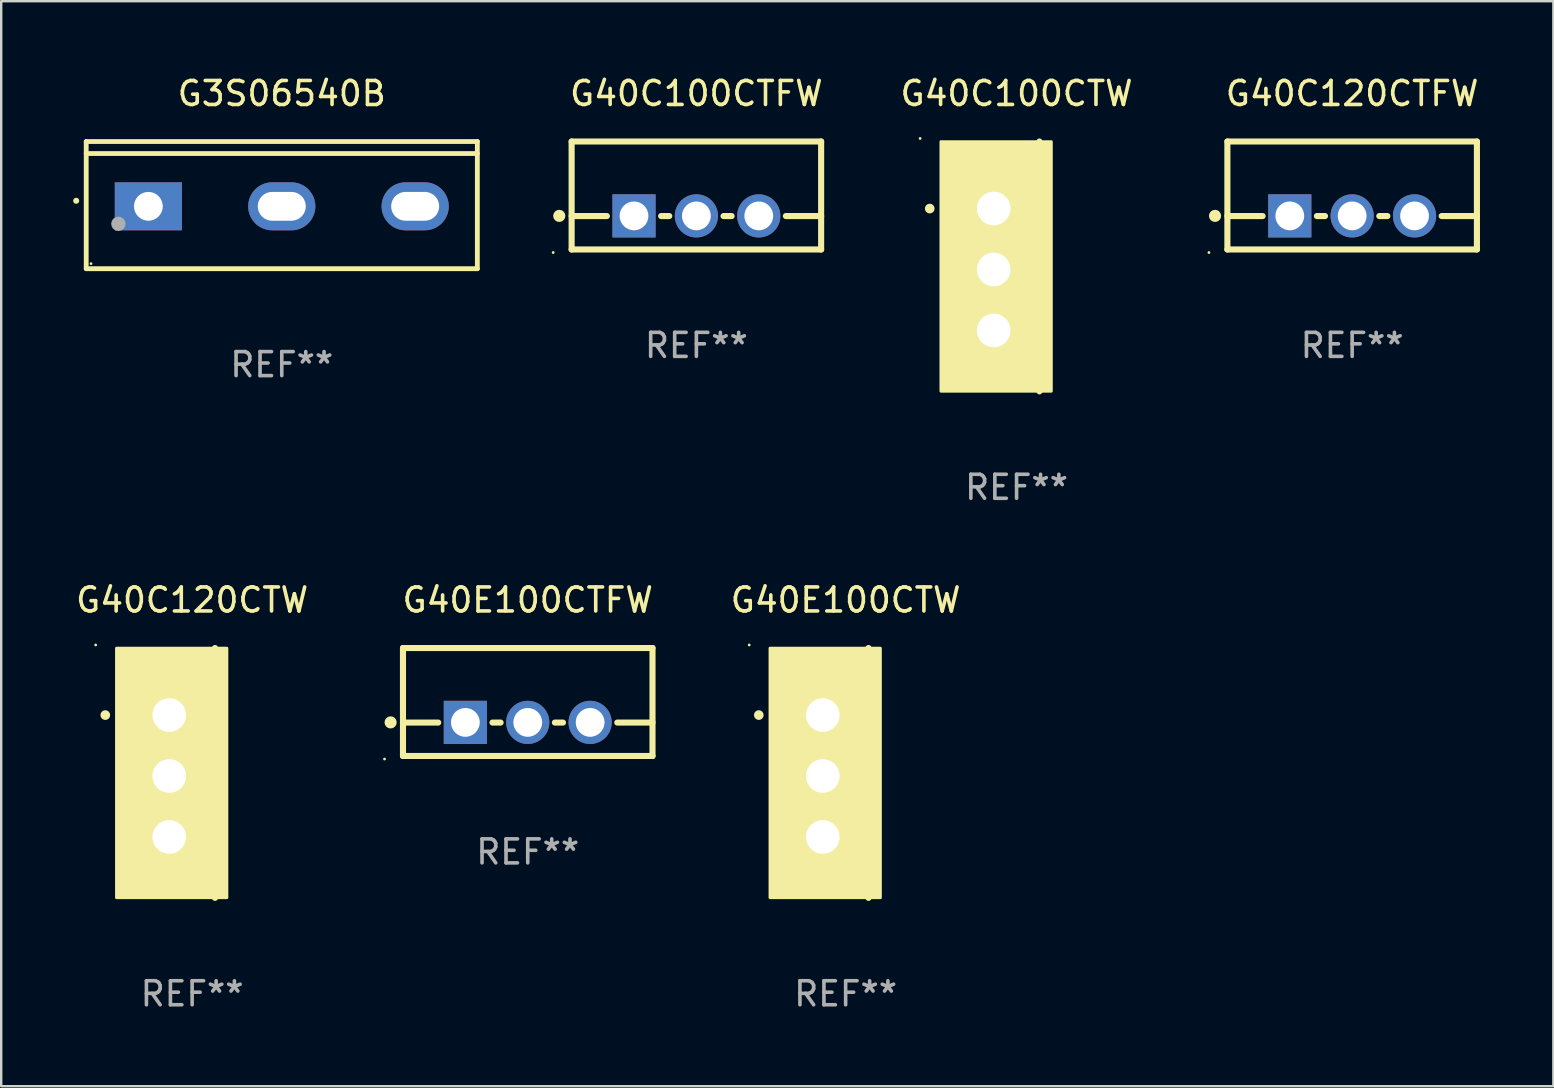
<source format=kicad_pcb>
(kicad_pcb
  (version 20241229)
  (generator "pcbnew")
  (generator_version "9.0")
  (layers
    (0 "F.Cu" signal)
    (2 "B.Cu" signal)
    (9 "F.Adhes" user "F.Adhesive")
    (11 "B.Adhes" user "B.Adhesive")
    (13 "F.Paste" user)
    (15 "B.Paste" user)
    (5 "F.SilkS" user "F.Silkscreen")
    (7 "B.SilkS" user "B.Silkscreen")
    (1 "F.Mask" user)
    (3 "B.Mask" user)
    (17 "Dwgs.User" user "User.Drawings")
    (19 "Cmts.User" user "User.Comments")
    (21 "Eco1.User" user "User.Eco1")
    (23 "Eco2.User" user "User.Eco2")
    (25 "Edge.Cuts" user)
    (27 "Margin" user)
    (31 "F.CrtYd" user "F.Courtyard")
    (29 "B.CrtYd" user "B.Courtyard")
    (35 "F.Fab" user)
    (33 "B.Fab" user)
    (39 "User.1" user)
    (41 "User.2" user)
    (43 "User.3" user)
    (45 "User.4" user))
  (footprint "G40C100CTW"
    (layer "F.Cu")
    (at 39.32 8.055)
    (property "Reference" "G40C100CTW" (at 0 -7.207 0) (layer "F.SilkS") (effects (font (size 1 1) (thickness 0.15))))
    (attr through_hole)
    (fp_line (start 0.953 5.207) (end 0.953 -5.207) (stroke (width 0.254) (type solid)) (layer "F.SilkS"))
    (fp_arc (start -3.619507 -2.410465) (mid -3.619511 -2.411735) (end -3.619507 -2.413005) (stroke (width 0.4) (type solid)) (layer "F.SilkS"))
    (fp_circle (center -4.02 -5.334) (end -3.99 -5.334) (stroke (width 0.06) (type solid)) (fill no) (layer "F.SilkS"))
    (fp_poly (pts (xy -3.152 -5.2) (xy 1.448 -5.2) (xy 1.448 5.2) (xy -3.152 5.2)) (stroke (width 0.12) (type solid)) (fill yes) (layer "F.SilkS"))
    (fp_text user "REF**" (at 0 9.207 0) (layer "F.Fab") (effects (font (size 1 1) (thickness 0.15))))
    (pad "1" thru_hole rect (at -0.953 -2.413 270) (size 2 2.5) (drill 1.4) (layers "*.Cu" "*.Mask"))
    (pad "2" thru_hole oval (at -0.953 0.127 270) (size 2 2.5) (drill 1.4) (layers "*.Cu" "*.Mask"))
    (pad "3" thru_hole oval (at -0.953 2.667 270) (size 2 2.5) (drill 1.4) (layers "*.Cu" "*.Mask")))
  (footprint "G40C120CTW"
    (layer "F.Cu")
    (at 4.958 29.166)
    (property "Reference" "G40C120CTW" (at 0 -7.207 0) (layer "F.SilkS") (effects (font (size 1 1) (thickness 0.15))))
    (attr through_hole)
    (fp_line (start 0.953 5.207) (end 0.953 -5.207) (stroke (width 0.254) (type solid)) (layer "F.SilkS"))
    (fp_arc (start -3.619507 -2.410465) (mid -3.619511 -2.411735) (end -3.619507 -2.413005) (stroke (width 0.4) (type solid)) (layer "F.SilkS"))
    (fp_circle (center -4.02 -5.334) (end -3.99 -5.334) (stroke (width 0.06) (type solid)) (fill no) (layer "F.SilkS"))
    (fp_poly (pts (xy -3.152 -5.2) (xy 1.448 -5.2) (xy 1.448 5.2) (xy -3.152 5.2)) (stroke (width 0.12) (type solid)) (fill yes) (layer "F.SilkS"))
    (fp_text user "REF**" (at 0 9.207 0) (layer "F.Fab") (effects (font (size 1 1) (thickness 0.15))))
    (pad "1" thru_hole rect (at -0.953 -2.413 270) (size 2 2.5) (drill 1.4) (layers "*.Cu" "*.Mask"))
    (pad "2" thru_hole oval (at -0.953 0.127 270) (size 2 2.5) (drill 1.4) (layers "*.Cu" "*.Mask"))
    (pad "3" thru_hole oval (at -0.953 2.667 270) (size 2 2.5) (drill 1.4) (layers "*.Cu" "*.Mask")))
  (footprint "G3S06540B"
    (layer "F.Cu")
    (at 8.694 5.499)
    (property "Reference" "G3S06540B" (at 0 -4.65 0) (layer "F.SilkS") (effects (font (size 1 1) (thickness 0.15))))
    (attr through_hole)
    (fp_line (start -8.151 -2.65) (end -8.151 2.65) (stroke (width 0.201) (type solid)) (layer "F.SilkS"))
    (fp_line (start 8.151 -2.65) (end -8.151 -2.65) (stroke (width 0.201) (type solid)) (layer "F.SilkS"))
    (fp_line (start 8.151 -2.15) (end -8.151 -2.15) (stroke (width 0.201) (type solid)) (layer "F.SilkS"))
    (fp_line (start 8.151 2.65) (end -8.151 2.65) (stroke (width 0.201) (type solid)) (layer "F.SilkS"))
    (fp_line (start 8.151 2.65) (end 8.151 -2.65) (stroke (width 0.201) (type solid)) (layer "F.SilkS"))
    (fp_arc (start -8.570003 -0.18048) (mid -8.568733 -0.180486) (end -8.567463 -0.18048) (stroke (width 0.24892) (type solid)) (layer "F.SilkS"))
    (fp_circle (center -7.95 2.44) (end -7.92 2.44) (stroke (width 0.06) (type solid)) (fill no) (layer "F.SilkS"))
    (fp_circle (center -6.81 0.78) (end -6.66 0.78) (stroke (width 0.3) (type solid)) (fill no) (layer "F.Fab"))
    (fp_text user "REF**" (at 0 6.65 0) (layer "F.Fab") (effects (font (size 1 1) (thickness 0.15))))
    (pad "1" thru_hole rect (at -5.56 0.05 90) (size 2 2.8) (drill 1.2) (layers "*.Cu" "*.Mask"))
    (pad "2" thru_hole oval (at 0 0.05 90) (size 2 2.8) (drill oval 1.2 2) (layers "*.Cu" "*.Mask"))
    (pad "3" thru_hole oval (at 5.56 0.05 90) (size 2 2.8) (drill oval 1.2 2) (layers "*.Cu" "*.Mask")))
  (footprint "G40E100CTW"
    (layer "F.Cu")
    (at 32.196 29.166)
    (property "Reference" "G40E100CTW" (at 0 -7.207 0) (layer "F.SilkS") (effects (font (size 1 1) (thickness 0.15))))
    (attr through_hole)
    (fp_line (start 0.953 5.207) (end 0.953 -5.207) (stroke (width 0.254) (type solid)) (layer "F.SilkS"))
    (fp_arc (start -3.619507 -2.410465) (mid -3.619511 -2.411735) (end -3.619507 -2.413005) (stroke (width 0.4) (type solid)) (layer "F.SilkS"))
    (fp_circle (center -4.02 -5.334) (end -3.99 -5.334) (stroke (width 0.06) (type solid)) (fill no) (layer "F.SilkS"))
    (fp_poly (pts (xy -3.152 -5.2) (xy 1.448 -5.2) (xy 1.448 5.2) (xy -3.152 5.2)) (stroke (width 0.12) (type solid)) (fill yes) (layer "F.SilkS"))
    (fp_text user "REF**" (at 0 9.207 0) (layer "F.Fab") (effects (font (size 1 1) (thickness 0.15))))
    (pad "1" thru_hole rect (at -0.953 -2.413 270) (size 2 2.5) (drill 1.4) (layers "*.Cu" "*.Mask"))
    (pad "2" thru_hole oval (at -0.953 0.127 270) (size 2 2.5) (drill 1.4) (layers "*.Cu" "*.Mask"))
    (pad "3" thru_hole oval (at -0.953 2.667 270) (size 2 2.5) (drill 1.4) (layers "*.Cu" "*.Mask")))
  (footprint "G40C100CTFW"
    (layer "F.Cu")
    (at 25.975 5.098)
    (property "Reference" "G40C100CTFW" (at 0 -4.25 0) (layer "F.SilkS") (effects (font (size 1 1) (thickness 0.15))))
    (attr through_hole)
    (fp_line (start -5.2 -2.25) (end -5.2 2.25) (stroke (width 0.254) (type solid)) (layer "F.SilkS"))
    (fp_line (start -5.2 -2.25) (end 5.2 -2.25) (stroke (width 0.254) (type solid)) (layer "F.SilkS"))
    (fp_line (start -5.2 0.857) (end -3.731 0.857) (stroke (width 0.254) (type solid)) (layer "F.SilkS"))
    (fp_line (start -5.2 2.25) (end 5.2 2.25) (stroke (width 0.254) (type solid)) (layer "F.SilkS"))
    (fp_line (start -1.469 0.857) (end -1.131 0.857) (stroke (width 0.254) (type solid)) (layer "F.SilkS"))
    (fp_line (start 1.131 0.857) (end 1.469 0.857) (stroke (width 0.254) (type solid)) (layer "F.SilkS"))
    (fp_line (start 3.731 0.857) (end 5.2 0.857) (stroke (width 0.254) (type solid)) (layer "F.SilkS"))
    (fp_line (start 5.2 -2.25) (end 5.2 2.25) (stroke (width 0.254) (type solid)) (layer "F.SilkS"))
    (fp_circle (center -5.969 2.377) (end -5.939 2.377) (stroke (width 0.06) (type solid)) (fill no) (layer "F.SilkS"))
    (fp_circle (center -5.715 0.85) (end -5.588 0.85) (stroke (width 0.254) (type solid)) (fill no) (layer "F.SilkS"))
    (fp_text user "REF**" (at 0 6.25 0) (layer "F.Fab") (effects (font (size 1 1) (thickness 0.15))))
    (pad "1" thru_hole rect (at -2.6 0.85) (size 1.8 1.8) (drill 1.2) (layers "*.Cu" "*.Mask"))
    (pad "2" thru_hole circle (at 0 0.85) (size 1.8 1.8) (drill 1.2) (layers "*.Cu" "*.Mask"))
    (pad "3" thru_hole circle (at 2.6 0.85) (size 1.8 1.8) (drill 1.2) (layers "*.Cu" "*.Mask")))
  (footprint "G40E100CTFW"
    (layer "F.Cu")
    (at 18.946 26.209)
    (property "Reference" "G40E100CTFW" (at 0 -4.25 0) (layer "F.SilkS") (effects (font (size 1 1) (thickness 0.15))))
    (attr through_hole)
    (fp_line (start -5.2 -2.25) (end -5.2 2.25) (stroke (width 0.254) (type solid)) (layer "F.SilkS"))
    (fp_line (start -5.2 -2.25) (end 5.2 -2.25) (stroke (width 0.254) (type solid)) (layer "F.SilkS"))
    (fp_line (start -5.2 0.857) (end -3.731 0.857) (stroke (width 0.254) (type solid)) (layer "F.SilkS"))
    (fp_line (start -5.2 2.25) (end 5.2 2.25) (stroke (width 0.254) (type solid)) (layer "F.SilkS"))
    (fp_line (start -1.469 0.857) (end -1.131 0.857) (stroke (width 0.254) (type solid)) (layer "F.SilkS"))
    (fp_line (start 1.131 0.857) (end 1.469 0.857) (stroke (width 0.254) (type solid)) (layer "F.SilkS"))
    (fp_line (start 3.731 0.857) (end 5.2 0.857) (stroke (width 0.254) (type solid)) (layer "F.SilkS"))
    (fp_line (start 5.2 -2.25) (end 5.2 2.25) (stroke (width 0.254) (type solid)) (layer "F.SilkS"))
    (fp_circle (center -5.969 2.377) (end -5.939 2.377) (stroke (width 0.06) (type solid)) (fill no) (layer "F.SilkS"))
    (fp_circle (center -5.715 0.85) (end -5.588 0.85) (stroke (width 0.254) (type solid)) (fill no) (layer "F.SilkS"))
    (fp_text user "REF**" (at 0 6.25 0) (layer "F.Fab") (effects (font (size 1 1) (thickness 0.15))))
    (pad "1" thru_hole rect (at -2.6 0.85) (size 1.8 1.8) (drill 1.2) (layers "*.Cu" "*.Mask"))
    (pad "2" thru_hole circle (at 0 0.85) (size 1.8 1.8) (drill 1.2) (layers "*.Cu" "*.Mask"))
    (pad "3" thru_hole circle (at 2.6 0.85) (size 1.8 1.8) (drill 1.2) (layers "*.Cu" "*.Mask")))
  (footprint "G40C120CTFW"
    (layer "F.Cu")
    (at 53.307 5.098)
    (property "Reference" "G40C120CTFW" (at 0 -4.25 0) (layer "F.SilkS") (effects (font (size 1 1) (thickness 0.15))))
    (attr through_hole)
    (fp_line (start -5.2 -2.25) (end -5.2 2.25) (stroke (width 0.254) (type solid)) (layer "F.SilkS"))
    (fp_line (start -5.2 -2.25) (end 5.2 -2.25) (stroke (width 0.254) (type solid)) (layer "F.SilkS"))
    (fp_line (start -5.2 0.857) (end -3.731 0.857) (stroke (width 0.254) (type solid)) (layer "F.SilkS"))
    (fp_line (start -5.2 2.25) (end 5.2 2.25) (stroke (width 0.254) (type solid)) (layer "F.SilkS"))
    (fp_line (start -1.469 0.857) (end -1.131 0.857) (stroke (width 0.254) (type solid)) (layer "F.SilkS"))
    (fp_line (start 1.131 0.857) (end 1.469 0.857) (stroke (width 0.254) (type solid)) (layer "F.SilkS"))
    (fp_line (start 3.731 0.857) (end 5.2 0.857) (stroke (width 0.254) (type solid)) (layer "F.SilkS"))
    (fp_line (start 5.2 -2.25) (end 5.2 2.25) (stroke (width 0.254) (type solid)) (layer "F.SilkS"))
    (fp_circle (center -5.969 2.377) (end -5.939 2.377) (stroke (width 0.06) (type solid)) (fill no) (layer "F.SilkS"))
    (fp_circle (center -5.715 0.85) (end -5.588 0.85) (stroke (width 0.254) (type solid)) (fill no) (layer "F.SilkS"))
    (fp_text user "REF**" (at 0 6.25 0) (layer "F.Fab") (effects (font (size 1 1) (thickness 0.15))))
    (pad "1" thru_hole rect (at -2.6 0.85) (size 1.8 1.8) (drill 1.2) (layers "*.Cu" "*.Mask"))
    (pad "2" thru_hole circle (at 0 0.85) (size 1.8 1.8) (drill 1.2) (layers "*.Cu" "*.Mask"))
    (pad "3" thru_hole circle (at 2.6 0.85) (size 1.8 1.8) (drill 1.2) (layers "*.Cu" "*.Mask")))
  (gr_rect
    (start -3 -3)
    (end 61.694 42.221)
    (stroke (width 0.1) (type default))
    (fill no)
    (layer "Edge.Cuts")))
</source>
